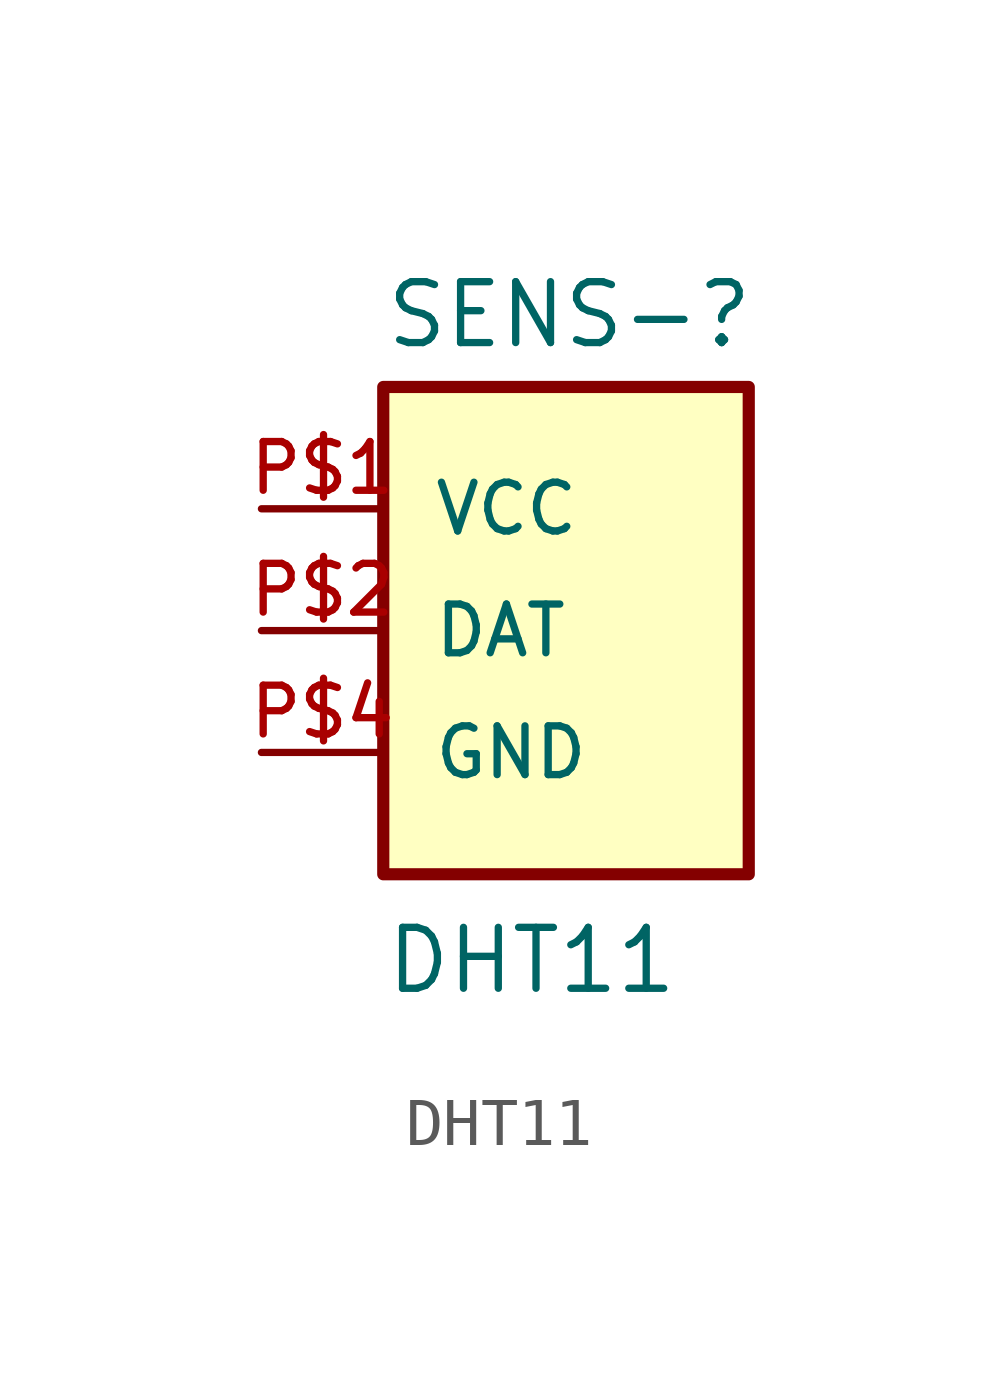
<source format=kicad_sym>
(kicad_symbol_lib
  (version 20211014)
  (generator kicad_symbol_editor)
  (symbol "DHT11"
    (pin_names
      (offset 1.016))
    (property "Reference" "SENS-"
      (at 0.0 5.842 0)
      (effects (font (size 1.27 1.27)) (justify bottom left)))
    (property "Value" "DHT11"
      (at 0.0 -7.62 0)
      (effects (font (size 1.27 1.27)) (justify bottom left)))
    (symbol "DHT11_0_0"
      (rectangle (start -4.4408920985e-16 -5.08) (end 7.62 5.08) (stroke (width 0.254)) (fill (type background)))
      (pin bidirectional line (at -2.54 2.54 0) (length 2.54) (name "VCC" (effects (font (size 1.016 1.016)))) (number "P$1" (effects (font (size 1.016 1.016)))))
      (pin bidirectional line (at -2.54 -2.54 0) (length 2.54) (name "GND" (effects (font (size 1.016 1.016)))) (number "P$4" (effects (font (size 1.016 1.016)))))
      (pin bidirectional line (at -2.54 0.0 0) (length 2.54) (name "DAT" (effects (font (size 1.016 1.016)))) (number "P$2" (effects (font (size 1.016 1.016))))))))
</source>
